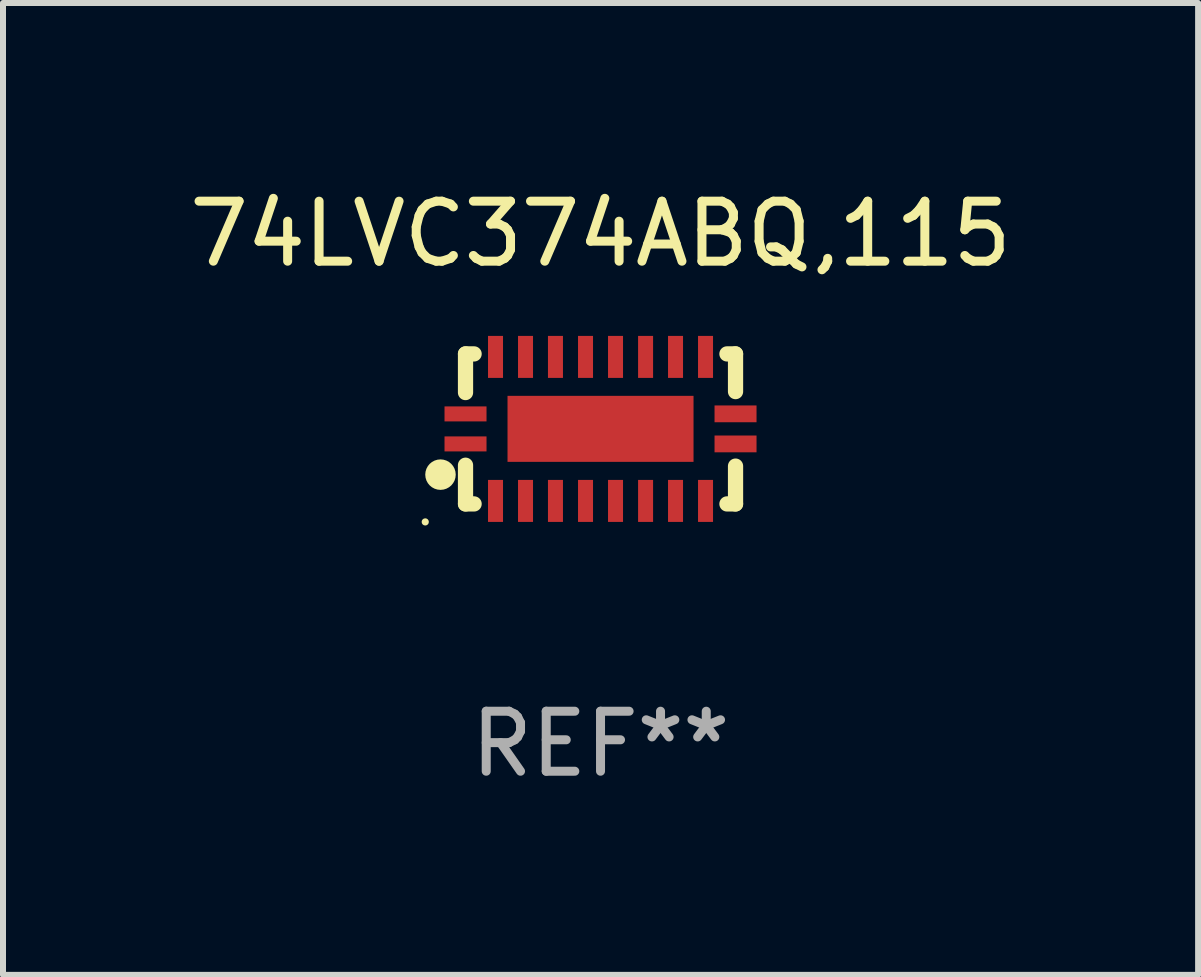
<source format=kicad_pcb>
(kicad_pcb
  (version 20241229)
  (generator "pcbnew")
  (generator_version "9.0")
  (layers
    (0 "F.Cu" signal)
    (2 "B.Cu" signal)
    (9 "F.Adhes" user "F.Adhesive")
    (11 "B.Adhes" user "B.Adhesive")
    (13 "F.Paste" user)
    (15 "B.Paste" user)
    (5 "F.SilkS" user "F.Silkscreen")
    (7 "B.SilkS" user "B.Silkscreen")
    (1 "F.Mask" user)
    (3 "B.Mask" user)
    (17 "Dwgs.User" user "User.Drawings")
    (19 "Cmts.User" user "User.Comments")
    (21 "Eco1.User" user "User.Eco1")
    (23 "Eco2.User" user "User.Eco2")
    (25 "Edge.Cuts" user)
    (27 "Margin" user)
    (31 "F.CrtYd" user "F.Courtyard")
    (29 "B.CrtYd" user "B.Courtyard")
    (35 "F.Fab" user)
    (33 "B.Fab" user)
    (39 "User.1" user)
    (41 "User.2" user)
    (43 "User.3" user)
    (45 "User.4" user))
  (footprint "74LVC374ABQ,115"
    (layer "F.Cu")
    (at 6.958 4.098)
    (property "Reference" "74LVC374ABQ,115" (at 0 -3.25 0) (layer "F.SilkS") (effects (font (size 1 1) (thickness 0.15))))
    (attr through_hole)
    (fp_line (start -2.25 0.605) (end -2.25 1.25) (stroke (width 0.254) (type solid)) (layer "F.SilkS"))
    (fp_line (start -2.25 1.25) (end -2.107 1.25) (stroke (width 0.254) (type solid)) (layer "F.SilkS"))
    (fp_line (start -2.25 -1.25) (end -2.25 -0.606) (stroke (width 0.254) (type solid)) (layer "F.SilkS"))
    (fp_line (start -2.25 -1.25) (end -2.107 -1.25) (stroke (width 0.254) (type solid)) (layer "F.SilkS"))
    (fp_line (start 2.107 -1.25) (end 2.25 -1.25) (stroke (width 0.254) (type solid)) (layer "F.SilkS"))
    (fp_line (start 2.107 1.25) (end 2.25 1.25) (stroke (width 0.254) (type solid)) (layer "F.SilkS"))
    (fp_line (start 2.25 -1.25) (end 2.25 -0.622) (stroke (width 0.254) (type solid)) (layer "F.SilkS"))
    (fp_line (start 2.25 0.62) (end 2.25 1.25) (stroke (width 0.254) (type solid)) (layer "F.SilkS"))
    (fp_circle (center -2.921 1.55) (end -2.891 1.55) (stroke (width 0.06) (type solid)) (fill no) (layer "F.SilkS"))
    (fp_circle (center -2.667 0.762) (end -2.54 0.762) (stroke (width 0.254) (type solid)) (fill no) (layer "F.SilkS"))
    (fp_text user "REF**" (at 0 5.25 0) (layer "F.Fab") (effects (font (size 1 1) (thickness 0.15))))
    (pad "1" smd rect (at -2.25 0.25 180) (size 0.7 0.25) (layers "F.Cu" "F.Mask" "F.Paste"))
    (pad "2" smd rect (at -1.75 1.2 90) (size 0.7 0.25) (layers "F.Cu" "F.Mask" "F.Paste"))
    (pad "3" smd rect (at -1.25 1.2 90) (size 0.7 0.25) (layers "F.Cu" "F.Mask" "F.Paste"))
    (pad "4" smd rect (at -0.751 1.2 90) (size 0.7 0.25) (layers "F.Cu" "F.Mask" "F.Paste"))
    (pad "5" smd rect (at -0.25 1.2 90) (size 0.7 0.25) (layers "F.Cu" "F.Mask" "F.Paste"))
    (pad "6" smd rect (at 0.25 1.2 90) (size 0.7 0.25) (layers "F.Cu" "F.Mask" "F.Paste"))
    (pad "7" smd rect (at 0.751 1.2 90) (size 0.7 0.25) (layers "F.Cu" "F.Mask" "F.Paste"))
    (pad "8" smd rect (at 1.25 1.2 90) (size 0.7 0.25) (layers "F.Cu" "F.Mask" "F.Paste"))
    (pad "9" smd rect (at 1.75 1.2 90) (size 0.7 0.25) (layers "F.Cu" "F.Mask" "F.Paste"))
    (pad "10" smd rect (at 2.25 0.25 180) (size 0.7 0.28) (layers "F.Cu" "F.Mask" "F.Paste"))
    (pad "11" smd rect (at 2.25 -0.251 180) (size 0.7 0.28) (layers "F.Cu" "F.Mask" "F.Paste"))
    (pad "12" smd rect (at 1.75 -1.2 90) (size 0.7 0.25) (layers "F.Cu" "F.Mask" "F.Paste"))
    (pad "13" smd rect (at 1.25 -1.2 90) (size 0.7 0.25) (layers "F.Cu" "F.Mask" "F.Paste"))
    (pad "14" smd rect (at 0.751 -1.2 90) (size 0.7 0.25) (layers "F.Cu" "F.Mask" "F.Paste"))
    (pad "15" smd rect (at 0.25 -1.2 90) (size 0.7 0.25) (layers "F.Cu" "F.Mask" "F.Paste"))
    (pad "16" smd rect (at -0.25 -1.2 90) (size 0.7 0.25) (layers "F.Cu" "F.Mask" "F.Paste"))
    (pad "17" smd rect (at -0.751 -1.2 90) (size 0.7 0.25) (layers "F.Cu" "F.Mask" "F.Paste"))
    (pad "18" smd rect (at -1.25 -1.2 90) (size 0.7 0.25) (layers "F.Cu" "F.Mask" "F.Paste"))
    (pad "19" smd rect (at -1.75 -1.2 90) (size 0.7 0.25) (layers "F.Cu" "F.Mask" "F.Paste"))
    (pad "20" smd rect (at -2.25 -0.25 180) (size 0.7 0.25) (layers "F.Cu" "F.Mask" "F.Paste"))
    (pad "21" smd rect (at 0 -0.001 180) (size 3.1 1.1) (layers "F.Cu" "F.Mask" "F.Paste")))
  (gr_rect
    (start -3 -3)
    (end 16.917 13.197)
    (stroke (width 0.1) (type default))
    (fill no)
    (layer "Edge.Cuts")))
</source>
